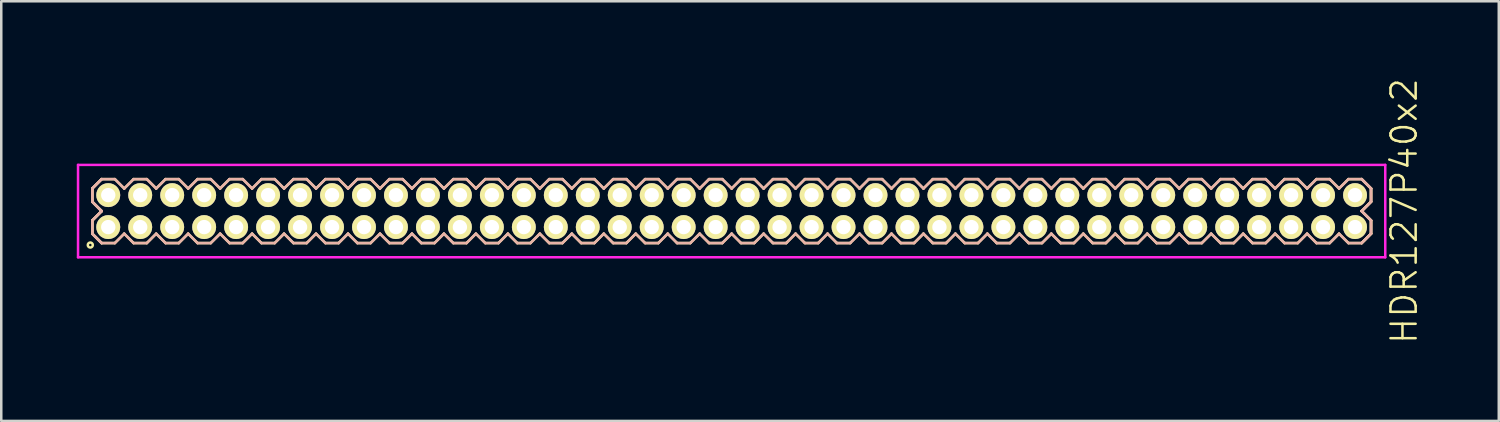
<source format=kicad_pcb>
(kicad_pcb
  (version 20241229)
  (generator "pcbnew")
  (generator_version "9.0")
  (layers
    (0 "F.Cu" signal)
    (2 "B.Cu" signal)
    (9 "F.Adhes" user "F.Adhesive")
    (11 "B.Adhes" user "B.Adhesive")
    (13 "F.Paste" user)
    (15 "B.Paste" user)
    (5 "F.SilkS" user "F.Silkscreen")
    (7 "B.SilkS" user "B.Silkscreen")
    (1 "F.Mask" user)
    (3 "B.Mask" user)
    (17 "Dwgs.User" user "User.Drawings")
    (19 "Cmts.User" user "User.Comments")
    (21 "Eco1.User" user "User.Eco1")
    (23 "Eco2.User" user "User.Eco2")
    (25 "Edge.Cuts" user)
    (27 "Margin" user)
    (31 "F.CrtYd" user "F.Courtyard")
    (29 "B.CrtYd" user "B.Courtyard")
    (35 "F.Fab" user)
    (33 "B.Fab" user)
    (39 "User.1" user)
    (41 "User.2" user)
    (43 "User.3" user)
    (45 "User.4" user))
  (footprint "HDR127P40x2"
    (layer "F.Cu")
    (at 26.015 5.336)
    (property "Reference" "HDR127P40x2" (at 26.715 0 90) (layer "F.SilkS") (effects (font (size 1 1) (thickness 0.1))))
    (attr through_hole)
    (fp_line (start -25.4 -0.898) (end -25.028 -1.27) (stroke (width 0.1) (type solid)) (layer "F.SilkS"))
    (fp_line (start -25.4 -0.898) (end -25.028 -1.27) (stroke (width 0.1) (type solid)) (layer "F.SilkS"))
    (fp_line (start -25.4 -0.372) (end -25.4 -0.898) (stroke (width 0.1) (type solid)) (layer "F.SilkS"))
    (fp_line (start -25.4 -0.372) (end -25.4 -0.898) (stroke (width 0.1) (type solid)) (layer "F.SilkS"))
    (fp_line (start -25.4 0.372) (end -25.028 0) (stroke (width 0.1) (type solid)) (layer "F.SilkS"))
    (fp_line (start -25.4 0.372) (end -25.028 0) (stroke (width 0.1) (type solid)) (layer "F.SilkS"))
    (fp_line (start -25.4 0.898) (end -25.4 0.372) (stroke (width 0.1) (type solid)) (layer "F.SilkS"))
    (fp_line (start -25.4 0.898) (end -25.4 0.372) (stroke (width 0.1) (type solid)) (layer "F.SilkS"))
    (fp_line (start -25.028 -1.27) (end -24.502 -1.27) (stroke (width 0.1) (type solid)) (layer "F.SilkS"))
    (fp_line (start -25.028 0) (end -25.4 -0.372) (stroke (width 0.1) (type solid)) (layer "F.SilkS"))
    (fp_line (start -25.028 0) (end -25.4 -0.372) (stroke (width 0.1) (type solid)) (layer "F.SilkS"))
    (fp_line (start -25.028 1.27) (end -25.4 0.898) (stroke (width 0.1) (type solid)) (layer "F.SilkS"))
    (fp_line (start -25.028 1.27) (end -25.4 0.898) (stroke (width 0.1) (type solid)) (layer "F.SilkS"))
    (fp_line (start -24.502 -1.27) (end -24.13 -0.898) (stroke (width 0.1) (type solid)) (layer "F.SilkS"))
    (fp_line (start -24.502 1.27) (end -25.028 1.27) (stroke (width 0.1) (type solid)) (layer "F.SilkS"))
    (fp_line (start -24.13 -0.898) (end -23.758 -1.27) (stroke (width 0.1) (type solid)) (layer "F.SilkS"))
    (fp_line (start -24.13 0.898) (end -24.502 1.27) (stroke (width 0.1) (type solid)) (layer "F.SilkS"))
    (fp_line (start -23.758 -1.27) (end -23.232 -1.27) (stroke (width 0.1) (type solid)) (layer "F.SilkS"))
    (fp_line (start -23.758 1.27) (end -24.13 0.898) (stroke (width 0.1) (type solid)) (layer "F.SilkS"))
    (fp_line (start -23.232 -1.27) (end -22.86 -0.898) (stroke (width 0.1) (type solid)) (layer "F.SilkS"))
    (fp_line (start -23.232 1.27) (end -23.758 1.27) (stroke (width 0.1) (type solid)) (layer "F.SilkS"))
    (fp_line (start -22.86 -0.898) (end -22.488 -1.27) (stroke (width 0.1) (type solid)) (layer "F.SilkS"))
    (fp_line (start -22.86 0.898) (end -23.232 1.27) (stroke (width 0.1) (type solid)) (layer "F.SilkS"))
    (fp_line (start -22.488 -1.27) (end -21.962 -1.27) (stroke (width 0.1) (type solid)) (layer "F.SilkS"))
    (fp_line (start -22.488 1.27) (end -22.86 0.898) (stroke (width 0.1) (type solid)) (layer "F.SilkS"))
    (fp_line (start -21.962 -1.27) (end -21.59 -0.898) (stroke (width 0.1) (type solid)) (layer "F.SilkS"))
    (fp_line (start -21.962 1.27) (end -22.488 1.27) (stroke (width 0.1) (type solid)) (layer "F.SilkS"))
    (fp_line (start -21.59 -0.898) (end -21.218 -1.27) (stroke (width 0.1) (type solid)) (layer "F.SilkS"))
    (fp_line (start -21.59 0.898) (end -21.962 1.27) (stroke (width 0.1) (type solid)) (layer "F.SilkS"))
    (fp_line (start -21.218 -1.27) (end -20.692 -1.27) (stroke (width 0.1) (type solid)) (layer "F.SilkS"))
    (fp_line (start -21.218 1.27) (end -21.59 0.898) (stroke (width 0.1) (type solid)) (layer "F.SilkS"))
    (fp_line (start -20.692 -1.27) (end -20.32 -0.898) (stroke (width 0.1) (type solid)) (layer "F.SilkS"))
    (fp_line (start -20.692 1.27) (end -21.218 1.27) (stroke (width 0.1) (type solid)) (layer "F.SilkS"))
    (fp_line (start -20.32 -0.898) (end -19.948 -1.27) (stroke (width 0.1) (type solid)) (layer "F.SilkS"))
    (fp_line (start -20.32 0.898) (end -20.692 1.27) (stroke (width 0.1) (type solid)) (layer "F.SilkS"))
    (fp_line (start -19.948 -1.27) (end -19.422 -1.27) (stroke (width 0.1) (type solid)) (layer "F.SilkS"))
    (fp_line (start -19.948 1.27) (end -20.32 0.898) (stroke (width 0.1) (type solid)) (layer "F.SilkS"))
    (fp_line (start -19.422 -1.27) (end -19.05 -0.898) (stroke (width 0.1) (type solid)) (layer "F.SilkS"))
    (fp_line (start -19.422 1.27) (end -19.948 1.27) (stroke (width 0.1) (type solid)) (layer "F.SilkS"))
    (fp_line (start -19.05 -0.898) (end -18.678 -1.27) (stroke (width 0.1) (type solid)) (layer "F.SilkS"))
    (fp_line (start -19.05 0.898) (end -19.422 1.27) (stroke (width 0.1) (type solid)) (layer "F.SilkS"))
    (fp_line (start -18.678 -1.27) (end -18.152 -1.27) (stroke (width 0.1) (type solid)) (layer "F.SilkS"))
    (fp_line (start -18.678 1.27) (end -19.05 0.898) (stroke (width 0.1) (type solid)) (layer "F.SilkS"))
    (fp_line (start -18.152 -1.27) (end -17.78 -0.898) (stroke (width 0.1) (type solid)) (layer "F.SilkS"))
    (fp_line (start -18.152 1.27) (end -18.678 1.27) (stroke (width 0.1) (type solid)) (layer "F.SilkS"))
    (fp_line (start -17.78 -0.898) (end -17.408 -1.27) (stroke (width 0.1) (type solid)) (layer "F.SilkS"))
    (fp_line (start -17.78 0.898) (end -18.152 1.27) (stroke (width 0.1) (type solid)) (layer "F.SilkS"))
    (fp_line (start -17.408 -1.27) (end -16.882 -1.27) (stroke (width 0.1) (type solid)) (layer "F.SilkS"))
    (fp_line (start -17.408 1.27) (end -17.78 0.898) (stroke (width 0.1) (type solid)) (layer "F.SilkS"))
    (fp_line (start -16.882 -1.27) (end -16.51 -0.898) (stroke (width 0.1) (type solid)) (layer "F.SilkS"))
    (fp_line (start -16.882 1.27) (end -17.408 1.27) (stroke (width 0.1) (type solid)) (layer "F.SilkS"))
    (fp_line (start -16.51 -0.898) (end -16.138 -1.27) (stroke (width 0.1) (type solid)) (layer "F.SilkS"))
    (fp_line (start -16.51 0.898) (end -16.882 1.27) (stroke (width 0.1) (type solid)) (layer "F.SilkS"))
    (fp_line (start -16.138 -1.27) (end -15.612 -1.27) (stroke (width 0.1) (type solid)) (layer "F.SilkS"))
    (fp_line (start -16.138 1.27) (end -16.51 0.898) (stroke (width 0.1) (type solid)) (layer "F.SilkS"))
    (fp_line (start -15.612 -1.27) (end -15.24 -0.898) (stroke (width 0.1) (type solid)) (layer "F.SilkS"))
    (fp_line (start -15.612 1.27) (end -16.138 1.27) (stroke (width 0.1) (type solid)) (layer "F.SilkS"))
    (fp_line (start -15.24 -0.898) (end -14.868 -1.27) (stroke (width 0.1) (type solid)) (layer "F.SilkS"))
    (fp_line (start -15.24 0.898) (end -15.612 1.27) (stroke (width 0.1) (type solid)) (layer "F.SilkS"))
    (fp_line (start -14.868 -1.27) (end -14.342 -1.27) (stroke (width 0.1) (type solid)) (layer "F.SilkS"))
    (fp_line (start -14.868 1.27) (end -15.24 0.898) (stroke (width 0.1) (type solid)) (layer "F.SilkS"))
    (fp_line (start -14.342 -1.27) (end -13.97 -0.898) (stroke (width 0.1) (type solid)) (layer "F.SilkS"))
    (fp_line (start -14.342 1.27) (end -14.868 1.27) (stroke (width 0.1) (type solid)) (layer "F.SilkS"))
    (fp_line (start -13.97 -0.898) (end -13.598 -1.27) (stroke (width 0.1) (type solid)) (layer "F.SilkS"))
    (fp_line (start -13.97 0.898) (end -14.342 1.27) (stroke (width 0.1) (type solid)) (layer "F.SilkS"))
    (fp_line (start -13.598 -1.27) (end -13.072 -1.27) (stroke (width 0.1) (type solid)) (layer "F.SilkS"))
    (fp_line (start -13.598 1.27) (end -13.97 0.898) (stroke (width 0.1) (type solid)) (layer "F.SilkS"))
    (fp_line (start -13.072 -1.27) (end -12.7 -0.898) (stroke (width 0.1) (type solid)) (layer "F.SilkS"))
    (fp_line (start -13.072 1.27) (end -13.598 1.27) (stroke (width 0.1) (type solid)) (layer "F.SilkS"))
    (fp_line (start -12.7 -0.898) (end -12.328 -1.27) (stroke (width 0.1) (type solid)) (layer "F.SilkS"))
    (fp_line (start -12.7 0.898) (end -13.072 1.27) (stroke (width 0.1) (type solid)) (layer "F.SilkS"))
    (fp_line (start -12.328 -1.27) (end -11.802 -1.27) (stroke (width 0.1) (type solid)) (layer "F.SilkS"))
    (fp_line (start -12.328 1.27) (end -12.7 0.898) (stroke (width 0.1) (type solid)) (layer "F.SilkS"))
    (fp_line (start -11.802 -1.27) (end -11.43 -0.898) (stroke (width 0.1) (type solid)) (layer "F.SilkS"))
    (fp_line (start -11.802 1.27) (end -12.328 1.27) (stroke (width 0.1) (type solid)) (layer "F.SilkS"))
    (fp_line (start -11.43 -0.898) (end -11.058 -1.27) (stroke (width 0.1) (type solid)) (layer "F.SilkS"))
    (fp_line (start -11.43 0.898) (end -11.802 1.27) (stroke (width 0.1) (type solid)) (layer "F.SilkS"))
    (fp_line (start -11.058 -1.27) (end -10.532 -1.27) (stroke (width 0.1) (type solid)) (layer "F.SilkS"))
    (fp_line (start -11.058 1.27) (end -11.43 0.898) (stroke (width 0.1) (type solid)) (layer "F.SilkS"))
    (fp_line (start -10.532 -1.27) (end -10.16 -0.898) (stroke (width 0.1) (type solid)) (layer "F.SilkS"))
    (fp_line (start -10.532 1.27) (end -11.058 1.27) (stroke (width 0.1) (type solid)) (layer "F.SilkS"))
    (fp_line (start -10.16 -0.898) (end -9.788 -1.27) (stroke (width 0.1) (type solid)) (layer "F.SilkS"))
    (fp_line (start -10.16 0.898) (end -10.532 1.27) (stroke (width 0.1) (type solid)) (layer "F.SilkS"))
    (fp_line (start -9.788 -1.27) (end -9.262 -1.27) (stroke (width 0.1) (type solid)) (layer "F.SilkS"))
    (fp_line (start -9.788 1.27) (end -10.16 0.898) (stroke (width 0.1) (type solid)) (layer "F.SilkS"))
    (fp_line (start -9.262 -1.27) (end -8.89 -0.898) (stroke (width 0.1) (type solid)) (layer "F.SilkS"))
    (fp_line (start -9.262 1.27) (end -9.788 1.27) (stroke (width 0.1) (type solid)) (layer "F.SilkS"))
    (fp_line (start -8.89 -0.898) (end -8.518 -1.27) (stroke (width 0.1) (type solid)) (layer "F.SilkS"))
    (fp_line (start -8.89 0.898) (end -9.262 1.27) (stroke (width 0.1) (type solid)) (layer "F.SilkS"))
    (fp_line (start -8.518 -1.27) (end -7.992 -1.27) (stroke (width 0.1) (type solid)) (layer "F.SilkS"))
    (fp_line (start -8.518 1.27) (end -8.89 0.898) (stroke (width 0.1) (type solid)) (layer "F.SilkS"))
    (fp_line (start -7.992 -1.27) (end -7.62 -0.898) (stroke (width 0.1) (type solid)) (layer "F.SilkS"))
    (fp_line (start -7.992 1.27) (end -8.518 1.27) (stroke (width 0.1) (type solid)) (layer "F.SilkS"))
    (fp_line (start -7.62 -0.898) (end -7.248 -1.27) (stroke (width 0.1) (type solid)) (layer "F.SilkS"))
    (fp_line (start -7.62 0.898) (end -7.992 1.27) (stroke (width 0.1) (type solid)) (layer "F.SilkS"))
    (fp_line (start -7.248 -1.27) (end -6.722 -1.27) (stroke (width 0.1) (type solid)) (layer "F.SilkS"))
    (fp_line (start -7.248 1.27) (end -7.62 0.898) (stroke (width 0.1) (type solid)) (layer "F.SilkS"))
    (fp_line (start -6.722 -1.27) (end -6.35 -0.898) (stroke (width 0.1) (type solid)) (layer "F.SilkS"))
    (fp_line (start -6.722 1.27) (end -7.248 1.27) (stroke (width 0.1) (type solid)) (layer "F.SilkS"))
    (fp_line (start -6.35 -0.898) (end -5.978 -1.27) (stroke (width 0.1) (type solid)) (layer "F.SilkS"))
    (fp_line (start -6.35 0.898) (end -6.722 1.27) (stroke (width 0.1) (type solid)) (layer "F.SilkS"))
    (fp_line (start -5.978 -1.27) (end -5.452 -1.27) (stroke (width 0.1) (type solid)) (layer "F.SilkS"))
    (fp_line (start -5.978 1.27) (end -6.35 0.898) (stroke (width 0.1) (type solid)) (layer "F.SilkS"))
    (fp_line (start -5.452 -1.27) (end -5.08 -0.898) (stroke (width 0.1) (type solid)) (layer "F.SilkS"))
    (fp_line (start -5.452 1.27) (end -5.978 1.27) (stroke (width 0.1) (type solid)) (layer "F.SilkS"))
    (fp_line (start -5.08 -0.898) (end -4.708 -1.27) (stroke (width 0.1) (type solid)) (layer "F.SilkS"))
    (fp_line (start -5.08 0.898) (end -5.452 1.27) (stroke (width 0.1) (type solid)) (layer "F.SilkS"))
    (fp_line (start -4.708 -1.27) (end -4.182 -1.27) (stroke (width 0.1) (type solid)) (layer "F.SilkS"))
    (fp_line (start -4.708 1.27) (end -5.08 0.898) (stroke (width 0.1) (type solid)) (layer "F.SilkS"))
    (fp_line (start -4.182 -1.27) (end -3.81 -0.898) (stroke (width 0.1) (type solid)) (layer "F.SilkS"))
    (fp_line (start -4.182 1.27) (end -4.708 1.27) (stroke (width 0.1) (type solid)) (layer "F.SilkS"))
    (fp_line (start -3.81 -0.898) (end -3.438 -1.27) (stroke (width 0.1) (type solid)) (layer "F.SilkS"))
    (fp_line (start -3.81 0.898) (end -4.182 1.27) (stroke (width 0.1) (type solid)) (layer "F.SilkS"))
    (fp_line (start -3.438 -1.27) (end -2.912 -1.27) (stroke (width 0.1) (type solid)) (layer "F.SilkS"))
    (fp_line (start -3.438 1.27) (end -3.81 0.898) (stroke (width 0.1) (type solid)) (layer "F.SilkS"))
    (fp_line (start -2.912 -1.27) (end -2.54 -0.898) (stroke (width 0.1) (type solid)) (layer "F.SilkS"))
    (fp_line (start -2.912 1.27) (end -3.438 1.27) (stroke (width 0.1) (type solid)) (layer "F.SilkS"))
    (fp_line (start -2.54 -0.898) (end -2.168 -1.27) (stroke (width 0.1) (type solid)) (layer "F.SilkS"))
    (fp_line (start -2.54 0.898) (end -2.912 1.27) (stroke (width 0.1) (type solid)) (layer "F.SilkS"))
    (fp_line (start -2.168 -1.27) (end -1.642 -1.27) (stroke (width 0.1) (type solid)) (layer "F.SilkS"))
    (fp_line (start -2.168 1.27) (end -2.54 0.898) (stroke (width 0.1) (type solid)) (layer "F.SilkS"))
    (fp_line (start -1.642 -1.27) (end -1.27 -0.898) (stroke (width 0.1) (type solid)) (layer "F.SilkS"))
    (fp_line (start -1.642 1.27) (end -2.168 1.27) (stroke (width 0.1) (type solid)) (layer "F.SilkS"))
    (fp_line (start -1.27 -0.898) (end -0.898 -1.27) (stroke (width 0.1) (type solid)) (layer "F.SilkS"))
    (fp_line (start -1.27 0.898) (end -1.642 1.27) (stroke (width 0.1) (type solid)) (layer "F.SilkS"))
    (fp_line (start -0.898 -1.27) (end -0.372 -1.27) (stroke (width 0.1) (type solid)) (layer "F.SilkS"))
    (fp_line (start -0.898 1.27) (end -1.27 0.898) (stroke (width 0.1) (type solid)) (layer "F.SilkS"))
    (fp_line (start -0.372 -1.27) (end 0 -0.898) (stroke (width 0.1) (type solid)) (layer "F.SilkS"))
    (fp_line (start -0.372 1.27) (end -0.898 1.27) (stroke (width 0.1) (type solid)) (layer "F.SilkS"))
    (fp_line (start 0 -0.898) (end 0.372 -1.27) (stroke (width 0.1) (type solid)) (layer "F.SilkS"))
    (fp_line (start 0 0.898) (end -0.372 1.27) (stroke (width 0.1) (type solid)) (layer "F.SilkS"))
    (fp_line (start 0.372 -1.27) (end 0.898 -1.27) (stroke (width 0.1) (type solid)) (layer "F.SilkS"))
    (fp_line (start 0.372 1.27) (end 0 0.898) (stroke (width 0.1) (type solid)) (layer "F.SilkS"))
    (fp_line (start 0.898 -1.27) (end 1.27 -0.898) (stroke (width 0.1) (type solid)) (layer "F.SilkS"))
    (fp_line (start 0.898 1.27) (end 0.372 1.27) (stroke (width 0.1) (type solid)) (layer "F.SilkS"))
    (fp_line (start 1.27 -0.898) (end 1.642 -1.27) (stroke (width 0.1) (type solid)) (layer "F.SilkS"))
    (fp_line (start 1.27 0.898) (end 0.898 1.27) (stroke (width 0.1) (type solid)) (layer "F.SilkS"))
    (fp_line (start 1.642 -1.27) (end 2.168 -1.27) (stroke (width 0.1) (type solid)) (layer "F.SilkS"))
    (fp_line (start 1.642 1.27) (end 1.27 0.898) (stroke (width 0.1) (type solid)) (layer "F.SilkS"))
    (fp_line (start 2.168 -1.27) (end 2.54 -0.898) (stroke (width 0.1) (type solid)) (layer "F.SilkS"))
    (fp_line (start 2.168 1.27) (end 1.642 1.27) (stroke (width 0.1) (type solid)) (layer "F.SilkS"))
    (fp_line (start 2.54 -0.898) (end 2.912 -1.27) (stroke (width 0.1) (type solid)) (layer "F.SilkS"))
    (fp_line (start 2.54 0.898) (end 2.168 1.27) (stroke (width 0.1) (type solid)) (layer "F.SilkS"))
    (fp_line (start 2.912 -1.27) (end 3.438 -1.27) (stroke (width 0.1) (type solid)) (layer "F.SilkS"))
    (fp_line (start 2.912 1.27) (end 2.54 0.898) (stroke (width 0.1) (type solid)) (layer "F.SilkS"))
    (fp_line (start 3.438 -1.27) (end 3.81 -0.898) (stroke (width 0.1) (type solid)) (layer "F.SilkS"))
    (fp_line (start 3.438 1.27) (end 2.912 1.27) (stroke (width 0.1) (type solid)) (layer "F.SilkS"))
    (fp_line (start 3.81 -0.898) (end 4.182 -1.27) (stroke (width 0.1) (type solid)) (layer "F.SilkS"))
    (fp_line (start 3.81 0.898) (end 3.438 1.27) (stroke (width 0.1) (type solid)) (layer "F.SilkS"))
    (fp_line (start 4.182 -1.27) (end 4.708 -1.27) (stroke (width 0.1) (type solid)) (layer "F.SilkS"))
    (fp_line (start 4.182 1.27) (end 3.81 0.898) (stroke (width 0.1) (type solid)) (layer "F.SilkS"))
    (fp_line (start 4.708 -1.27) (end 5.08 -0.898) (stroke (width 0.1) (type solid)) (layer "F.SilkS"))
    (fp_line (start 4.708 1.27) (end 4.182 1.27) (stroke (width 0.1) (type solid)) (layer "F.SilkS"))
    (fp_line (start 5.08 -0.898) (end 5.452 -1.27) (stroke (width 0.1) (type solid)) (layer "F.SilkS"))
    (fp_line (start 5.08 0.898) (end 4.708 1.27) (stroke (width 0.1) (type solid)) (layer "F.SilkS"))
    (fp_line (start 5.452 -1.27) (end 5.978 -1.27) (stroke (width 0.1) (type solid)) (layer "F.SilkS"))
    (fp_line (start 5.452 1.27) (end 5.08 0.898) (stroke (width 0.1) (type solid)) (layer "F.SilkS"))
    (fp_line (start 5.978 -1.27) (end 6.35 -0.898) (stroke (width 0.1) (type solid)) (layer "F.SilkS"))
    (fp_line (start 5.978 1.27) (end 5.452 1.27) (stroke (width 0.1) (type solid)) (layer "F.SilkS"))
    (fp_line (start 6.35 -0.898) (end 6.722 -1.27) (stroke (width 0.1) (type solid)) (layer "F.SilkS"))
    (fp_line (start 6.35 0.898) (end 5.978 1.27) (stroke (width 0.1) (type solid)) (layer "F.SilkS"))
    (fp_line (start 6.722 -1.27) (end 7.248 -1.27) (stroke (width 0.1) (type solid)) (layer "F.SilkS"))
    (fp_line (start 6.722 1.27) (end 6.35 0.898) (stroke (width 0.1) (type solid)) (layer "F.SilkS"))
    (fp_line (start 7.248 -1.27) (end 7.62 -0.898) (stroke (width 0.1) (type solid)) (layer "F.SilkS"))
    (fp_line (start 7.248 1.27) (end 6.722 1.27) (stroke (width 0.1) (type solid)) (layer "F.SilkS"))
    (fp_line (start 7.62 -0.898) (end 7.992 -1.27) (stroke (width 0.1) (type solid)) (layer "F.SilkS"))
    (fp_line (start 7.62 0.898) (end 7.248 1.27) (stroke (width 0.1) (type solid)) (layer "F.SilkS"))
    (fp_line (start 7.992 -1.27) (end 8.518 -1.27) (stroke (width 0.1) (type solid)) (layer "F.SilkS"))
    (fp_line (start 7.992 1.27) (end 7.62 0.898) (stroke (width 0.1) (type solid)) (layer "F.SilkS"))
    (fp_line (start 8.518 -1.27) (end 8.89 -0.898) (stroke (width 0.1) (type solid)) (layer "F.SilkS"))
    (fp_line (start 8.518 1.27) (end 7.992 1.27) (stroke (width 0.1) (type solid)) (layer "F.SilkS"))
    (fp_line (start 8.89 -0.898) (end 9.262 -1.27) (stroke (width 0.1) (type solid)) (layer "F.SilkS"))
    (fp_line (start 8.89 0.898) (end 8.518 1.27) (stroke (width 0.1) (type solid)) (layer "F.SilkS"))
    (fp_line (start 9.262 -1.27) (end 9.788 -1.27) (stroke (width 0.1) (type solid)) (layer "F.SilkS"))
    (fp_line (start 9.262 1.27) (end 8.89 0.898) (stroke (width 0.1) (type solid)) (layer "F.SilkS"))
    (fp_line (start 9.788 -1.27) (end 10.16 -0.898) (stroke (width 0.1) (type solid)) (layer "F.SilkS"))
    (fp_line (start 9.788 1.27) (end 9.262 1.27) (stroke (width 0.1) (type solid)) (layer "F.SilkS"))
    (fp_line (start 10.16 -0.898) (end 10.532 -1.27) (stroke (width 0.1) (type solid)) (layer "F.SilkS"))
    (fp_line (start 10.16 0.898) (end 9.788 1.27) (stroke (width 0.1) (type solid)) (layer "F.SilkS"))
    (fp_line (start 10.532 -1.27) (end 11.058 -1.27) (stroke (width 0.1) (type solid)) (layer "F.SilkS"))
    (fp_line (start 10.532 1.27) (end 10.16 0.898) (stroke (width 0.1) (type solid)) (layer "F.SilkS"))
    (fp_line (start 11.058 -1.27) (end 11.43 -0.898) (stroke (width 0.1) (type solid)) (layer "F.SilkS"))
    (fp_line (start 11.058 1.27) (end 10.532 1.27) (stroke (width 0.1) (type solid)) (layer "F.SilkS"))
    (fp_line (start 11.43 -0.898) (end 11.802 -1.27) (stroke (width 0.1) (type solid)) (layer "F.SilkS"))
    (fp_line (start 11.43 0.898) (end 11.058 1.27) (stroke (width 0.1) (type solid)) (layer "F.SilkS"))
    (fp_line (start 11.802 -1.27) (end 12.328 -1.27) (stroke (width 0.1) (type solid)) (layer "F.SilkS"))
    (fp_line (start 11.802 1.27) (end 11.43 0.898) (stroke (width 0.1) (type solid)) (layer "F.SilkS"))
    (fp_line (start 12.328 -1.27) (end 12.7 -0.898) (stroke (width 0.1) (type solid)) (layer "F.SilkS"))
    (fp_line (start 12.328 1.27) (end 11.802 1.27) (stroke (width 0.1) (type solid)) (layer "F.SilkS"))
    (fp_line (start 12.7 -0.898) (end 13.072 -1.27) (stroke (width 0.1) (type solid)) (layer "F.SilkS"))
    (fp_line (start 12.7 0.898) (end 12.328 1.27) (stroke (width 0.1) (type solid)) (layer "F.SilkS"))
    (fp_line (start 13.072 -1.27) (end 13.598 -1.27) (stroke (width 0.1) (type solid)) (layer "F.SilkS"))
    (fp_line (start 13.072 1.27) (end 12.7 0.898) (stroke (width 0.1) (type solid)) (layer "F.SilkS"))
    (fp_line (start 13.598 -1.27) (end 13.97 -0.898) (stroke (width 0.1) (type solid)) (layer "F.SilkS"))
    (fp_line (start 13.598 1.27) (end 13.072 1.27) (stroke (width 0.1) (type solid)) (layer "F.SilkS"))
    (fp_line (start 13.97 -0.898) (end 14.342 -1.27) (stroke (width 0.1) (type solid)) (layer "F.SilkS"))
    (fp_line (start 13.97 0.898) (end 13.598 1.27) (stroke (width 0.1) (type solid)) (layer "F.SilkS"))
    (fp_line (start 14.342 -1.27) (end 14.868 -1.27) (stroke (width 0.1) (type solid)) (layer "F.SilkS"))
    (fp_line (start 14.342 1.27) (end 13.97 0.898) (stroke (width 0.1) (type solid)) (layer "F.SilkS"))
    (fp_line (start 14.868 -1.27) (end 15.24 -0.898) (stroke (width 0.1) (type solid)) (layer "F.SilkS"))
    (fp_line (start 14.868 1.27) (end 14.342 1.27) (stroke (width 0.1) (type solid)) (layer "F.SilkS"))
    (fp_line (start 15.24 -0.898) (end 15.612 -1.27) (stroke (width 0.1) (type solid)) (layer "F.SilkS"))
    (fp_line (start 15.24 0.898) (end 14.868 1.27) (stroke (width 0.1) (type solid)) (layer "F.SilkS"))
    (fp_line (start 15.612 -1.27) (end 16.138 -1.27) (stroke (width 0.1) (type solid)) (layer "F.SilkS"))
    (fp_line (start 15.612 1.27) (end 15.24 0.898) (stroke (width 0.1) (type solid)) (layer "F.SilkS"))
    (fp_line (start 16.138 -1.27) (end 16.51 -0.898) (stroke (width 0.1) (type solid)) (layer "F.SilkS"))
    (fp_line (start 16.138 1.27) (end 15.612 1.27) (stroke (width 0.1) (type solid)) (layer "F.SilkS"))
    (fp_line (start 16.51 -0.898) (end 16.882 -1.27) (stroke (width 0.1) (type solid)) (layer "F.SilkS"))
    (fp_line (start 16.51 0.898) (end 16.138 1.27) (stroke (width 0.1) (type solid)) (layer "F.SilkS"))
    (fp_line (start 16.882 -1.27) (end 17.408 -1.27) (stroke (width 0.1) (type solid)) (layer "F.SilkS"))
    (fp_line (start 16.882 1.27) (end 16.51 0.898) (stroke (width 0.1) (type solid)) (layer "F.SilkS"))
    (fp_line (start 17.408 -1.27) (end 17.78 -0.898) (stroke (width 0.1) (type solid)) (layer "F.SilkS"))
    (fp_line (start 17.408 1.27) (end 16.882 1.27) (stroke (width 0.1) (type solid)) (layer "F.SilkS"))
    (fp_line (start 17.78 -0.898) (end 18.152 -1.27) (stroke (width 0.1) (type solid)) (layer "F.SilkS"))
    (fp_line (start 17.78 0.898) (end 17.408 1.27) (stroke (width 0.1) (type solid)) (layer "F.SilkS"))
    (fp_line (start 18.152 -1.27) (end 18.678 -1.27) (stroke (width 0.1) (type solid)) (layer "F.SilkS"))
    (fp_line (start 18.152 1.27) (end 17.78 0.898) (stroke (width 0.1) (type solid)) (layer "F.SilkS"))
    (fp_line (start 18.678 -1.27) (end 19.05 -0.898) (stroke (width 0.1) (type solid)) (layer "F.SilkS"))
    (fp_line (start 18.678 1.27) (end 18.152 1.27) (stroke (width 0.1) (type solid)) (layer "F.SilkS"))
    (fp_line (start 19.05 -0.898) (end 19.422 -1.27) (stroke (width 0.1) (type solid)) (layer "F.SilkS"))
    (fp_line (start 19.05 0.898) (end 18.678 1.27) (stroke (width 0.1) (type solid)) (layer "F.SilkS"))
    (fp_line (start 19.422 -1.27) (end 19.948 -1.27) (stroke (width 0.1) (type solid)) (layer "F.SilkS"))
    (fp_line (start 19.422 1.27) (end 19.05 0.898) (stroke (width 0.1) (type solid)) (layer "F.SilkS"))
    (fp_line (start 19.948 -1.27) (end 20.32 -0.898) (stroke (width 0.1) (type solid)) (layer "F.SilkS"))
    (fp_line (start 19.948 1.27) (end 19.422 1.27) (stroke (width 0.1) (type solid)) (layer "F.SilkS"))
    (fp_line (start 20.32 -0.898) (end 20.692 -1.27) (stroke (width 0.1) (type solid)) (layer "F.SilkS"))
    (fp_line (start 20.32 0.898) (end 19.948 1.27) (stroke (width 0.1) (type solid)) (layer "F.SilkS"))
    (fp_line (start 20.692 -1.27) (end 21.218 -1.27) (stroke (width 0.1) (type solid)) (layer "F.SilkS"))
    (fp_line (start 20.692 1.27) (end 20.32 0.898) (stroke (width 0.1) (type solid)) (layer "F.SilkS"))
    (fp_line (start 21.218 -1.27) (end 21.59 -0.898) (stroke (width 0.1) (type solid)) (layer "F.SilkS"))
    (fp_line (start 21.218 1.27) (end 20.692 1.27) (stroke (width 0.1) (type solid)) (layer "F.SilkS"))
    (fp_line (start 21.59 -0.898) (end 21.962 -1.27) (stroke (width 0.1) (type solid)) (layer "F.SilkS"))
    (fp_line (start 21.59 0.898) (end 21.218 1.27) (stroke (width 0.1) (type solid)) (layer "F.SilkS"))
    (fp_line (start 21.962 -1.27) (end 22.488 -1.27) (stroke (width 0.1) (type solid)) (layer "F.SilkS"))
    (fp_line (start 21.962 1.27) (end 21.59 0.898) (stroke (width 0.1) (type solid)) (layer "F.SilkS"))
    (fp_line (start 22.488 -1.27) (end 22.86 -0.898) (stroke (width 0.1) (type solid)) (layer "F.SilkS"))
    (fp_line (start 22.488 1.27) (end 21.962 1.27) (stroke (width 0.1) (type solid)) (layer "F.SilkS"))
    (fp_line (start 22.86 -0.898) (end 23.232 -1.27) (stroke (width 0.1) (type solid)) (layer "F.SilkS"))
    (fp_line (start 22.86 0.898) (end 22.488 1.27) (stroke (width 0.1) (type solid)) (layer "F.SilkS"))
    (fp_line (start 23.232 -1.27) (end 23.758 -1.27) (stroke (width 0.1) (type solid)) (layer "F.SilkS"))
    (fp_line (start 23.232 1.27) (end 22.86 0.898) (stroke (width 0.1) (type solid)) (layer "F.SilkS"))
    (fp_line (start 23.758 -1.27) (end 24.13 -0.898) (stroke (width 0.1) (type solid)) (layer "F.SilkS"))
    (fp_line (start 23.758 1.27) (end 23.232 1.27) (stroke (width 0.1) (type solid)) (layer "F.SilkS"))
    (fp_line (start 24.13 -0.898) (end 24.502 -1.27) (stroke (width 0.1) (type solid)) (layer "F.SilkS"))
    (fp_line (start 24.13 0.898) (end 23.758 1.27) (stroke (width 0.1) (type solid)) (layer "F.SilkS"))
    (fp_line (start 24.502 -1.27) (end 25.028 -1.27) (stroke (width 0.1) (type solid)) (layer "F.SilkS"))
    (fp_line (start 24.502 1.27) (end 24.13 0.898) (stroke (width 0.1) (type solid)) (layer "F.SilkS"))
    (fp_line (start 25.028 -1.27) (end 25.4 -0.898) (stroke (width 0.1) (type solid)) (layer "F.SilkS"))
    (fp_line (start 25.028 -1.27) (end 25.4 -0.898) (stroke (width 0.1) (type solid)) (layer "F.SilkS"))
    (fp_line (start 25.028 0) (end 25.4 0.372) (stroke (width 0.1) (type solid)) (layer "F.SilkS"))
    (fp_line (start 25.028 0) (end 25.4 0.372) (stroke (width 0.1) (type solid)) (layer "F.SilkS"))
    (fp_line (start 25.028 1.27) (end 24.502 1.27) (stroke (width 0.1) (type solid)) (layer "F.SilkS"))
    (fp_line (start 25.4 -0.898) (end 25.4 -0.372) (stroke (width 0.1) (type solid)) (layer "F.SilkS"))
    (fp_line (start 25.4 -0.898) (end 25.4 -0.372) (stroke (width 0.1) (type solid)) (layer "F.SilkS"))
    (fp_line (start 25.4 -0.372) (end 25.028 0) (stroke (width 0.1) (type solid)) (layer "F.SilkS"))
    (fp_line (start 25.4 -0.372) (end 25.028 0) (stroke (width 0.1) (type solid)) (layer "F.SilkS"))
    (fp_line (start 25.4 0.372) (end 25.4 0.898) (stroke (width 0.1) (type solid)) (layer "F.SilkS"))
    (fp_line (start 25.4 0.372) (end 25.4 0.898) (stroke (width 0.1) (type solid)) (layer "F.SilkS"))
    (fp_line (start 25.4 0.898) (end 25.028 1.27) (stroke (width 0.1) (type solid)) (layer "F.SilkS"))
    (fp_line (start 25.4 0.898) (end 25.028 1.27) (stroke (width 0.1) (type solid)) (layer "F.SilkS"))
    (fp_circle (center -25.478 1.348) (end -25.378 1.348) (stroke (width 0.1) (type solid)) (fill no) (layer "F.SilkS"))
    (fp_line (start -25.4 -0.898) (end -25.028 -1.27) (stroke (width 0.1) (type solid)) (layer "B.SilkS"))
    (fp_line (start -25.4 -0.898) (end -25.028 -1.27) (stroke (width 0.1) (type solid)) (layer "B.SilkS"))
    (fp_line (start -25.4 -0.372) (end -25.4 -0.898) (stroke (width 0.1) (type solid)) (layer "B.SilkS"))
    (fp_line (start -25.4 -0.372) (end -25.4 -0.898) (stroke (width 0.1) (type solid)) (layer "B.SilkS"))
    (fp_line (start -25.4 0.372) (end -25.028 0) (stroke (width 0.1) (type solid)) (layer "B.SilkS"))
    (fp_line (start -25.4 0.372) (end -25.028 0) (stroke (width 0.1) (type solid)) (layer "B.SilkS"))
    (fp_line (start -25.4 0.898) (end -25.4 0.372) (stroke (width 0.1) (type solid)) (layer "B.SilkS"))
    (fp_line (start -25.4 0.898) (end -25.4 0.372) (stroke (width 0.1) (type solid)) (layer "B.SilkS"))
    (fp_line (start -25.028 -1.27) (end -24.502 -1.27) (stroke (width 0.1) (type solid)) (layer "B.SilkS"))
    (fp_line (start -25.028 0) (end -25.4 -0.372) (stroke (width 0.1) (type solid)) (layer "B.SilkS"))
    (fp_line (start -25.028 0) (end -25.4 -0.372) (stroke (width 0.1) (type solid)) (layer "B.SilkS"))
    (fp_line (start -25.028 1.27) (end -25.4 0.898) (stroke (width 0.1) (type solid)) (layer "B.SilkS"))
    (fp_line (start -25.028 1.27) (end -25.4 0.898) (stroke (width 0.1) (type solid)) (layer "B.SilkS"))
    (fp_line (start -24.502 -1.27) (end -24.13 -0.898) (stroke (width 0.1) (type solid)) (layer "B.SilkS"))
    (fp_line (start -24.502 1.27) (end -25.028 1.27) (stroke (width 0.1) (type solid)) (layer "B.SilkS"))
    (fp_line (start -24.13 -0.898) (end -23.758 -1.27) (stroke (width 0.1) (type solid)) (layer "B.SilkS"))
    (fp_line (start -24.13 0.898) (end -24.502 1.27) (stroke (width 0.1) (type solid)) (layer "B.SilkS"))
    (fp_line (start -23.758 -1.27) (end -23.232 -1.27) (stroke (width 0.1) (type solid)) (layer "B.SilkS"))
    (fp_line (start -23.758 1.27) (end -24.13 0.898) (stroke (width 0.1) (type solid)) (layer "B.SilkS"))
    (fp_line (start -23.232 -1.27) (end -22.86 -0.898) (stroke (width 0.1) (type solid)) (layer "B.SilkS"))
    (fp_line (start -23.232 1.27) (end -23.758 1.27) (stroke (width 0.1) (type solid)) (layer "B.SilkS"))
    (fp_line (start -22.86 -0.898) (end -22.488 -1.27) (stroke (width 0.1) (type solid)) (layer "B.SilkS"))
    (fp_line (start -22.86 0.898) (end -23.232 1.27) (stroke (width 0.1) (type solid)) (layer "B.SilkS"))
    (fp_line (start -22.488 -1.27) (end -21.962 -1.27) (stroke (width 0.1) (type solid)) (layer "B.SilkS"))
    (fp_line (start -22.488 1.27) (end -22.86 0.898) (stroke (width 0.1) (type solid)) (layer "B.SilkS"))
    (fp_line (start -21.962 -1.27) (end -21.59 -0.898) (stroke (width 0.1) (type solid)) (layer "B.SilkS"))
    (fp_line (start -21.962 1.27) (end -22.488 1.27) (stroke (width 0.1) (type solid)) (layer "B.SilkS"))
    (fp_line (start -21.59 -0.898) (end -21.218 -1.27) (stroke (width 0.1) (type solid)) (layer "B.SilkS"))
    (fp_line (start -21.59 0.898) (end -21.962 1.27) (stroke (width 0.1) (type solid)) (layer "B.SilkS"))
    (fp_line (start -21.218 -1.27) (end -20.692 -1.27) (stroke (width 0.1) (type solid)) (layer "B.SilkS"))
    (fp_line (start -21.218 1.27) (end -21.59 0.898) (stroke (width 0.1) (type solid)) (layer "B.SilkS"))
    (fp_line (start -20.692 -1.27) (end -20.32 -0.898) (stroke (width 0.1) (type solid)) (layer "B.SilkS"))
    (fp_line (start -20.692 1.27) (end -21.218 1.27) (stroke (width 0.1) (type solid)) (layer "B.SilkS"))
    (fp_line (start -20.32 -0.898) (end -19.948 -1.27) (stroke (width 0.1) (type solid)) (layer "B.SilkS"))
    (fp_line (start -20.32 0.898) (end -20.692 1.27) (stroke (width 0.1) (type solid)) (layer "B.SilkS"))
    (fp_line (start -19.948 -1.27) (end -19.422 -1.27) (stroke (width 0.1) (type solid)) (layer "B.SilkS"))
    (fp_line (start -19.948 1.27) (end -20.32 0.898) (stroke (width 0.1) (type solid)) (layer "B.SilkS"))
    (fp_line (start -19.422 -1.27) (end -19.05 -0.898) (stroke (width 0.1) (type solid)) (layer "B.SilkS"))
    (fp_line (start -19.422 1.27) (end -19.948 1.27) (stroke (width 0.1) (type solid)) (layer "B.SilkS"))
    (fp_line (start -19.05 -0.898) (end -18.678 -1.27) (stroke (width 0.1) (type solid)) (layer "B.SilkS"))
    (fp_line (start -19.05 0.898) (end -19.422 1.27) (stroke (width 0.1) (type solid)) (layer "B.SilkS"))
    (fp_line (start -18.678 -1.27) (end -18.152 -1.27) (stroke (width 0.1) (type solid)) (layer "B.SilkS"))
    (fp_line (start -18.678 1.27) (end -19.05 0.898) (stroke (width 0.1) (type solid)) (layer "B.SilkS"))
    (fp_line (start -18.152 -1.27) (end -17.78 -0.898) (stroke (width 0.1) (type solid)) (layer "B.SilkS"))
    (fp_line (start -18.152 1.27) (end -18.678 1.27) (stroke (width 0.1) (type solid)) (layer "B.SilkS"))
    (fp_line (start -17.78 -0.898) (end -17.408 -1.27) (stroke (width 0.1) (type solid)) (layer "B.SilkS"))
    (fp_line (start -17.78 0.898) (end -18.152 1.27) (stroke (width 0.1) (type solid)) (layer "B.SilkS"))
    (fp_line (start -17.408 -1.27) (end -16.882 -1.27) (stroke (width 0.1) (type solid)) (layer "B.SilkS"))
    (fp_line (start -17.408 1.27) (end -17.78 0.898) (stroke (width 0.1) (type solid)) (layer "B.SilkS"))
    (fp_line (start -16.882 -1.27) (end -16.51 -0.898) (stroke (width 0.1) (type solid)) (layer "B.SilkS"))
    (fp_line (start -16.882 1.27) (end -17.408 1.27) (stroke (width 0.1) (type solid)) (layer "B.SilkS"))
    (fp_line (start -16.51 -0.898) (end -16.138 -1.27) (stroke (width 0.1) (type solid)) (layer "B.SilkS"))
    (fp_line (start -16.51 0.898) (end -16.882 1.27) (stroke (width 0.1) (type solid)) (layer "B.SilkS"))
    (fp_line (start -16.138 -1.27) (end -15.612 -1.27) (stroke (width 0.1) (type solid)) (layer "B.SilkS"))
    (fp_line (start -16.138 1.27) (end -16.51 0.898) (stroke (width 0.1) (type solid)) (layer "B.SilkS"))
    (fp_line (start -15.612 -1.27) (end -15.24 -0.898) (stroke (width 0.1) (type solid)) (layer "B.SilkS"))
    (fp_line (start -15.612 1.27) (end -16.138 1.27) (stroke (width 0.1) (type solid)) (layer "B.SilkS"))
    (fp_line (start -15.24 -0.898) (end -14.868 -1.27) (stroke (width 0.1) (type solid)) (layer "B.SilkS"))
    (fp_line (start -15.24 0.898) (end -15.612 1.27) (stroke (width 0.1) (type solid)) (layer "B.SilkS"))
    (fp_line (start -14.868 -1.27) (end -14.342 -1.27) (stroke (width 0.1) (type solid)) (layer "B.SilkS"))
    (fp_line (start -14.868 1.27) (end -15.24 0.898) (stroke (width 0.1) (type solid)) (layer "B.SilkS"))
    (fp_line (start -14.342 -1.27) (end -13.97 -0.898) (stroke (width 0.1) (type solid)) (layer "B.SilkS"))
    (fp_line (start -14.342 1.27) (end -14.868 1.27) (stroke (width 0.1) (type solid)) (layer "B.SilkS"))
    (fp_line (start -13.97 -0.898) (end -13.598 -1.27) (stroke (width 0.1) (type solid)) (layer "B.SilkS"))
    (fp_line (start -13.97 0.898) (end -14.342 1.27) (stroke (width 0.1) (type solid)) (layer "B.SilkS"))
    (fp_line (start -13.598 -1.27) (end -13.072 -1.27) (stroke (width 0.1) (type solid)) (layer "B.SilkS"))
    (fp_line (start -13.598 1.27) (end -13.97 0.898) (stroke (width 0.1) (type solid)) (layer "B.SilkS"))
    (fp_line (start -13.072 -1.27) (end -12.7 -0.898) (stroke (width 0.1) (type solid)) (layer "B.SilkS"))
    (fp_line (start -13.072 1.27) (end -13.598 1.27) (stroke (width 0.1) (type solid)) (layer "B.SilkS"))
    (fp_line (start -12.7 -0.898) (end -12.328 -1.27) (stroke (width 0.1) (type solid)) (layer "B.SilkS"))
    (fp_line (start -12.7 0.898) (end -13.072 1.27) (stroke (width 0.1) (type solid)) (layer "B.SilkS"))
    (fp_line (start -12.328 -1.27) (end -11.802 -1.27) (stroke (width 0.1) (type solid)) (layer "B.SilkS"))
    (fp_line (start -12.328 1.27) (end -12.7 0.898) (stroke (width 0.1) (type solid)) (layer "B.SilkS"))
    (fp_line (start -11.802 -1.27) (end -11.43 -0.898) (stroke (width 0.1) (type solid)) (layer "B.SilkS"))
    (fp_line (start -11.802 1.27) (end -12.328 1.27) (stroke (width 0.1) (type solid)) (layer "B.SilkS"))
    (fp_line (start -11.43 -0.898) (end -11.058 -1.27) (stroke (width 0.1) (type solid)) (layer "B.SilkS"))
    (fp_line (start -11.43 0.898) (end -11.802 1.27) (stroke (width 0.1) (type solid)) (layer "B.SilkS"))
    (fp_line (start -11.058 -1.27) (end -10.532 -1.27) (stroke (width 0.1) (type solid)) (layer "B.SilkS"))
    (fp_line (start -11.058 1.27) (end -11.43 0.898) (stroke (width 0.1) (type solid)) (layer "B.SilkS"))
    (fp_line (start -10.532 -1.27) (end -10.16 -0.898) (stroke (width 0.1) (type solid)) (layer "B.SilkS"))
    (fp_line (start -10.532 1.27) (end -11.058 1.27) (stroke (width 0.1) (type solid)) (layer "B.SilkS"))
    (fp_line (start -10.16 -0.898) (end -9.788 -1.27) (stroke (width 0.1) (type solid)) (layer "B.SilkS"))
    (fp_line (start -10.16 0.898) (end -10.532 1.27) (stroke (width 0.1) (type solid)) (layer "B.SilkS"))
    (fp_line (start -9.788 -1.27) (end -9.262 -1.27) (stroke (width 0.1) (type solid)) (layer "B.SilkS"))
    (fp_line (start -9.788 1.27) (end -10.16 0.898) (stroke (width 0.1) (type solid)) (layer "B.SilkS"))
    (fp_line (start -9.262 -1.27) (end -8.89 -0.898) (stroke (width 0.1) (type solid)) (layer "B.SilkS"))
    (fp_line (start -9.262 1.27) (end -9.788 1.27) (stroke (width 0.1) (type solid)) (layer "B.SilkS"))
    (fp_line (start -8.89 -0.898) (end -8.518 -1.27) (stroke (width 0.1) (type solid)) (layer "B.SilkS"))
    (fp_line (start -8.89 0.898) (end -9.262 1.27) (stroke (width 0.1) (type solid)) (layer "B.SilkS"))
    (fp_line (start -8.518 -1.27) (end -7.992 -1.27) (stroke (width 0.1) (type solid)) (layer "B.SilkS"))
    (fp_line (start -8.518 1.27) (end -8.89 0.898) (stroke (width 0.1) (type solid)) (layer "B.SilkS"))
    (fp_line (start -7.992 -1.27) (end -7.62 -0.898) (stroke (width 0.1) (type solid)) (layer "B.SilkS"))
    (fp_line (start -7.992 1.27) (end -8.518 1.27) (stroke (width 0.1) (type solid)) (layer "B.SilkS"))
    (fp_line (start -7.62 -0.898) (end -7.248 -1.27) (stroke (width 0.1) (type solid)) (layer "B.SilkS"))
    (fp_line (start -7.62 0.898) (end -7.992 1.27) (stroke (width 0.1) (type solid)) (layer "B.SilkS"))
    (fp_line (start -7.248 -1.27) (end -6.722 -1.27) (stroke (width 0.1) (type solid)) (layer "B.SilkS"))
    (fp_line (start -7.248 1.27) (end -7.62 0.898) (stroke (width 0.1) (type solid)) (layer "B.SilkS"))
    (fp_line (start -6.722 -1.27) (end -6.35 -0.898) (stroke (width 0.1) (type solid)) (layer "B.SilkS"))
    (fp_line (start -6.722 1.27) (end -7.248 1.27) (stroke (width 0.1) (type solid)) (layer "B.SilkS"))
    (fp_line (start -6.35 -0.898) (end -5.978 -1.27) (stroke (width 0.1) (type solid)) (layer "B.SilkS"))
    (fp_line (start -6.35 0.898) (end -6.722 1.27) (stroke (width 0.1) (type solid)) (layer "B.SilkS"))
    (fp_line (start -5.978 -1.27) (end -5.452 -1.27) (stroke (width 0.1) (type solid)) (layer "B.SilkS"))
    (fp_line (start -5.978 1.27) (end -6.35 0.898) (stroke (width 0.1) (type solid)) (layer "B.SilkS"))
    (fp_line (start -5.452 -1.27) (end -5.08 -0.898) (stroke (width 0.1) (type solid)) (layer "B.SilkS"))
    (fp_line (start -5.452 1.27) (end -5.978 1.27) (stroke (width 0.1) (type solid)) (layer "B.SilkS"))
    (fp_line (start -5.08 -0.898) (end -4.708 -1.27) (stroke (width 0.1) (type solid)) (layer "B.SilkS"))
    (fp_line (start -5.08 0.898) (end -5.452 1.27) (stroke (width 0.1) (type solid)) (layer "B.SilkS"))
    (fp_line (start -4.708 -1.27) (end -4.182 -1.27) (stroke (width 0.1) (type solid)) (layer "B.SilkS"))
    (fp_line (start -4.708 1.27) (end -5.08 0.898) (stroke (width 0.1) (type solid)) (layer "B.SilkS"))
    (fp_line (start -4.182 -1.27) (end -3.81 -0.898) (stroke (width 0.1) (type solid)) (layer "B.SilkS"))
    (fp_line (start -4.182 1.27) (end -4.708 1.27) (stroke (width 0.1) (type solid)) (layer "B.SilkS"))
    (fp_line (start -3.81 -0.898) (end -3.438 -1.27) (stroke (width 0.1) (type solid)) (layer "B.SilkS"))
    (fp_line (start -3.81 0.898) (end -4.182 1.27) (stroke (width 0.1) (type solid)) (layer "B.SilkS"))
    (fp_line (start -3.438 -1.27) (end -2.912 -1.27) (stroke (width 0.1) (type solid)) (layer "B.SilkS"))
    (fp_line (start -3.438 1.27) (end -3.81 0.898) (stroke (width 0.1) (type solid)) (layer "B.SilkS"))
    (fp_line (start -2.912 -1.27) (end -2.54 -0.898) (stroke (width 0.1) (type solid)) (layer "B.SilkS"))
    (fp_line (start -2.912 1.27) (end -3.438 1.27) (stroke (width 0.1) (type solid)) (layer "B.SilkS"))
    (fp_line (start -2.54 -0.898) (end -2.168 -1.27) (stroke (width 0.1) (type solid)) (layer "B.SilkS"))
    (fp_line (start -2.54 0.898) (end -2.912 1.27) (stroke (width 0.1) (type solid)) (layer "B.SilkS"))
    (fp_line (start -2.168 -1.27) (end -1.642 -1.27) (stroke (width 0.1) (type solid)) (layer "B.SilkS"))
    (fp_line (start -2.168 1.27) (end -2.54 0.898) (stroke (width 0.1) (type solid)) (layer "B.SilkS"))
    (fp_line (start -1.642 -1.27) (end -1.27 -0.898) (stroke (width 0.1) (type solid)) (layer "B.SilkS"))
    (fp_line (start -1.642 1.27) (end -2.168 1.27) (stroke (width 0.1) (type solid)) (layer "B.SilkS"))
    (fp_line (start -1.27 -0.898) (end -0.898 -1.27) (stroke (width 0.1) (type solid)) (layer "B.SilkS"))
    (fp_line (start -1.27 0.898) (end -1.642 1.27) (stroke (width 0.1) (type solid)) (layer "B.SilkS"))
    (fp_line (start -0.898 -1.27) (end -0.372 -1.27) (stroke (width 0.1) (type solid)) (layer "B.SilkS"))
    (fp_line (start -0.898 1.27) (end -1.27 0.898) (stroke (width 0.1) (type solid)) (layer "B.SilkS"))
    (fp_line (start -0.372 -1.27) (end 0 -0.898) (stroke (width 0.1) (type solid)) (layer "B.SilkS"))
    (fp_line (start -0.372 1.27) (end -0.898 1.27) (stroke (width 0.1) (type solid)) (layer "B.SilkS"))
    (fp_line (start 0 -0.898) (end 0.372 -1.27) (stroke (width 0.1) (type solid)) (layer "B.SilkS"))
    (fp_line (start 0 0.898) (end -0.372 1.27) (stroke (width 0.1) (type solid)) (layer "B.SilkS"))
    (fp_line (start 0.372 -1.27) (end 0.898 -1.27) (stroke (width 0.1) (type solid)) (layer "B.SilkS"))
    (fp_line (start 0.372 1.27) (end 0 0.898) (stroke (width 0.1) (type solid)) (layer "B.SilkS"))
    (fp_line (start 0.898 -1.27) (end 1.27 -0.898) (stroke (width 0.1) (type solid)) (layer "B.SilkS"))
    (fp_line (start 0.898 1.27) (end 0.372 1.27) (stroke (width 0.1) (type solid)) (layer "B.SilkS"))
    (fp_line (start 1.27 -0.898) (end 1.642 -1.27) (stroke (width 0.1) (type solid)) (layer "B.SilkS"))
    (fp_line (start 1.27 0.898) (end 0.898 1.27) (stroke (width 0.1) (type solid)) (layer "B.SilkS"))
    (fp_line (start 1.642 -1.27) (end 2.168 -1.27) (stroke (width 0.1) (type solid)) (layer "B.SilkS"))
    (fp_line (start 1.642 1.27) (end 1.27 0.898) (stroke (width 0.1) (type solid)) (layer "B.SilkS"))
    (fp_line (start 2.168 -1.27) (end 2.54 -0.898) (stroke (width 0.1) (type solid)) (layer "B.SilkS"))
    (fp_line (start 2.168 1.27) (end 1.642 1.27) (stroke (width 0.1) (type solid)) (layer "B.SilkS"))
    (fp_line (start 2.54 -0.898) (end 2.912 -1.27) (stroke (width 0.1) (type solid)) (layer "B.SilkS"))
    (fp_line (start 2.54 0.898) (end 2.168 1.27) (stroke (width 0.1) (type solid)) (layer "B.SilkS"))
    (fp_line (start 2.912 -1.27) (end 3.438 -1.27) (stroke (width 0.1) (type solid)) (layer "B.SilkS"))
    (fp_line (start 2.912 1.27) (end 2.54 0.898) (stroke (width 0.1) (type solid)) (layer "B.SilkS"))
    (fp_line (start 3.438 -1.27) (end 3.81 -0.898) (stroke (width 0.1) (type solid)) (layer "B.SilkS"))
    (fp_line (start 3.438 1.27) (end 2.912 1.27) (stroke (width 0.1) (type solid)) (layer "B.SilkS"))
    (fp_line (start 3.81 -0.898) (end 4.182 -1.27) (stroke (width 0.1) (type solid)) (layer "B.SilkS"))
    (fp_line (start 3.81 0.898) (end 3.438 1.27) (stroke (width 0.1) (type solid)) (layer "B.SilkS"))
    (fp_line (start 4.182 -1.27) (end 4.708 -1.27) (stroke (width 0.1) (type solid)) (layer "B.SilkS"))
    (fp_line (start 4.182 1.27) (end 3.81 0.898) (stroke (width 0.1) (type solid)) (layer "B.SilkS"))
    (fp_line (start 4.708 -1.27) (end 5.08 -0.898) (stroke (width 0.1) (type solid)) (layer "B.SilkS"))
    (fp_line (start 4.708 1.27) (end 4.182 1.27) (stroke (width 0.1) (type solid)) (layer "B.SilkS"))
    (fp_line (start 5.08 -0.898) (end 5.452 -1.27) (stroke (width 0.1) (type solid)) (layer "B.SilkS"))
    (fp_line (start 5.08 0.898) (end 4.708 1.27) (stroke (width 0.1) (type solid)) (layer "B.SilkS"))
    (fp_line (start 5.452 -1.27) (end 5.978 -1.27) (stroke (width 0.1) (type solid)) (layer "B.SilkS"))
    (fp_line (start 5.452 1.27) (end 5.08 0.898) (stroke (width 0.1) (type solid)) (layer "B.SilkS"))
    (fp_line (start 5.978 -1.27) (end 6.35 -0.898) (stroke (width 0.1) (type solid)) (layer "B.SilkS"))
    (fp_line (start 5.978 1.27) (end 5.452 1.27) (stroke (width 0.1) (type solid)) (layer "B.SilkS"))
    (fp_line (start 6.35 -0.898) (end 6.722 -1.27) (stroke (width 0.1) (type solid)) (layer "B.SilkS"))
    (fp_line (start 6.35 0.898) (end 5.978 1.27) (stroke (width 0.1) (type solid)) (layer "B.SilkS"))
    (fp_line (start 6.722 -1.27) (end 7.248 -1.27) (stroke (width 0.1) (type solid)) (layer "B.SilkS"))
    (fp_line (start 6.722 1.27) (end 6.35 0.898) (stroke (width 0.1) (type solid)) (layer "B.SilkS"))
    (fp_line (start 7.248 -1.27) (end 7.62 -0.898) (stroke (width 0.1) (type solid)) (layer "B.SilkS"))
    (fp_line (start 7.248 1.27) (end 6.722 1.27) (stroke (width 0.1) (type solid)) (layer "B.SilkS"))
    (fp_line (start 7.62 -0.898) (end 7.992 -1.27) (stroke (width 0.1) (type solid)) (layer "B.SilkS"))
    (fp_line (start 7.62 0.898) (end 7.248 1.27) (stroke (width 0.1) (type solid)) (layer "B.SilkS"))
    (fp_line (start 7.992 -1.27) (end 8.518 -1.27) (stroke (width 0.1) (type solid)) (layer "B.SilkS"))
    (fp_line (start 7.992 1.27) (end 7.62 0.898) (stroke (width 0.1) (type solid)) (layer "B.SilkS"))
    (fp_line (start 8.518 -1.27) (end 8.89 -0.898) (stroke (width 0.1) (type solid)) (layer "B.SilkS"))
    (fp_line (start 8.518 1.27) (end 7.992 1.27) (stroke (width 0.1) (type solid)) (layer "B.SilkS"))
    (fp_line (start 8.89 -0.898) (end 9.262 -1.27) (stroke (width 0.1) (type solid)) (layer "B.SilkS"))
    (fp_line (start 8.89 0.898) (end 8.518 1.27) (stroke (width 0.1) (type solid)) (layer "B.SilkS"))
    (fp_line (start 9.262 -1.27) (end 9.788 -1.27) (stroke (width 0.1) (type solid)) (layer "B.SilkS"))
    (fp_line (start 9.262 1.27) (end 8.89 0.898) (stroke (width 0.1) (type solid)) (layer "B.SilkS"))
    (fp_line (start 9.788 -1.27) (end 10.16 -0.898) (stroke (width 0.1) (type solid)) (layer "B.SilkS"))
    (fp_line (start 9.788 1.27) (end 9.262 1.27) (stroke (width 0.1) (type solid)) (layer "B.SilkS"))
    (fp_line (start 10.16 -0.898) (end 10.532 -1.27) (stroke (width 0.1) (type solid)) (layer "B.SilkS"))
    (fp_line (start 10.16 0.898) (end 9.788 1.27) (stroke (width 0.1) (type solid)) (layer "B.SilkS"))
    (fp_line (start 10.532 -1.27) (end 11.058 -1.27) (stroke (width 0.1) (type solid)) (layer "B.SilkS"))
    (fp_line (start 10.532 1.27) (end 10.16 0.898) (stroke (width 0.1) (type solid)) (layer "B.SilkS"))
    (fp_line (start 11.058 -1.27) (end 11.43 -0.898) (stroke (width 0.1) (type solid)) (layer "B.SilkS"))
    (fp_line (start 11.058 1.27) (end 10.532 1.27) (stroke (width 0.1) (type solid)) (layer "B.SilkS"))
    (fp_line (start 11.43 -0.898) (end 11.802 -1.27) (stroke (width 0.1) (type solid)) (layer "B.SilkS"))
    (fp_line (start 11.43 0.898) (end 11.058 1.27) (stroke (width 0.1) (type solid)) (layer "B.SilkS"))
    (fp_line (start 11.802 -1.27) (end 12.328 -1.27) (stroke (width 0.1) (type solid)) (layer "B.SilkS"))
    (fp_line (start 11.802 1.27) (end 11.43 0.898) (stroke (width 0.1) (type solid)) (layer "B.SilkS"))
    (fp_line (start 12.328 -1.27) (end 12.7 -0.898) (stroke (width 0.1) (type solid)) (layer "B.SilkS"))
    (fp_line (start 12.328 1.27) (end 11.802 1.27) (stroke (width 0.1) (type solid)) (layer "B.SilkS"))
    (fp_line (start 12.7 -0.898) (end 13.072 -1.27) (stroke (width 0.1) (type solid)) (layer "B.SilkS"))
    (fp_line (start 12.7 0.898) (end 12.328 1.27) (stroke (width 0.1) (type solid)) (layer "B.SilkS"))
    (fp_line (start 13.072 -1.27) (end 13.598 -1.27) (stroke (width 0.1) (type solid)) (layer "B.SilkS"))
    (fp_line (start 13.072 1.27) (end 12.7 0.898) (stroke (width 0.1) (type solid)) (layer "B.SilkS"))
    (fp_line (start 13.598 -1.27) (end 13.97 -0.898) (stroke (width 0.1) (type solid)) (layer "B.SilkS"))
    (fp_line (start 13.598 1.27) (end 13.072 1.27) (stroke (width 0.1) (type solid)) (layer "B.SilkS"))
    (fp_line (start 13.97 -0.898) (end 14.342 -1.27) (stroke (width 0.1) (type solid)) (layer "B.SilkS"))
    (fp_line (start 13.97 0.898) (end 13.598 1.27) (stroke (width 0.1) (type solid)) (layer "B.SilkS"))
    (fp_line (start 14.342 -1.27) (end 14.868 -1.27) (stroke (width 0.1) (type solid)) (layer "B.SilkS"))
    (fp_line (start 14.342 1.27) (end 13.97 0.898) (stroke (width 0.1) (type solid)) (layer "B.SilkS"))
    (fp_line (start 14.868 -1.27) (end 15.24 -0.898) (stroke (width 0.1) (type solid)) (layer "B.SilkS"))
    (fp_line (start 14.868 1.27) (end 14.342 1.27) (stroke (width 0.1) (type solid)) (layer "B.SilkS"))
    (fp_line (start 15.24 -0.898) (end 15.612 -1.27) (stroke (width 0.1) (type solid)) (layer "B.SilkS"))
    (fp_line (start 15.24 0.898) (end 14.868 1.27) (stroke (width 0.1) (type solid)) (layer "B.SilkS"))
    (fp_line (start 15.612 -1.27) (end 16.138 -1.27) (stroke (width 0.1) (type solid)) (layer "B.SilkS"))
    (fp_line (start 15.612 1.27) (end 15.24 0.898) (stroke (width 0.1) (type solid)) (layer "B.SilkS"))
    (fp_line (start 16.138 -1.27) (end 16.51 -0.898) (stroke (width 0.1) (type solid)) (layer "B.SilkS"))
    (fp_line (start 16.138 1.27) (end 15.612 1.27) (stroke (width 0.1) (type solid)) (layer "B.SilkS"))
    (fp_line (start 16.51 -0.898) (end 16.882 -1.27) (stroke (width 0.1) (type solid)) (layer "B.SilkS"))
    (fp_line (start 16.51 0.898) (end 16.138 1.27) (stroke (width 0.1) (type solid)) (layer "B.SilkS"))
    (fp_line (start 16.882 -1.27) (end 17.408 -1.27) (stroke (width 0.1) (type solid)) (layer "B.SilkS"))
    (fp_line (start 16.882 1.27) (end 16.51 0.898) (stroke (width 0.1) (type solid)) (layer "B.SilkS"))
    (fp_line (start 17.408 -1.27) (end 17.78 -0.898) (stroke (width 0.1) (type solid)) (layer "B.SilkS"))
    (fp_line (start 17.408 1.27) (end 16.882 1.27) (stroke (width 0.1) (type solid)) (layer "B.SilkS"))
    (fp_line (start 17.78 -0.898) (end 18.152 -1.27) (stroke (width 0.1) (type solid)) (layer "B.SilkS"))
    (fp_line (start 17.78 0.898) (end 17.408 1.27) (stroke (width 0.1) (type solid)) (layer "B.SilkS"))
    (fp_line (start 18.152 -1.27) (end 18.678 -1.27) (stroke (width 0.1) (type solid)) (layer "B.SilkS"))
    (fp_line (start 18.152 1.27) (end 17.78 0.898) (stroke (width 0.1) (type solid)) (layer "B.SilkS"))
    (fp_line (start 18.678 -1.27) (end 19.05 -0.898) (stroke (width 0.1) (type solid)) (layer "B.SilkS"))
    (fp_line (start 18.678 1.27) (end 18.152 1.27) (stroke (width 0.1) (type solid)) (layer "B.SilkS"))
    (fp_line (start 19.05 -0.898) (end 19.422 -1.27) (stroke (width 0.1) (type solid)) (layer "B.SilkS"))
    (fp_line (start 19.05 0.898) (end 18.678 1.27) (stroke (width 0.1) (type solid)) (layer "B.SilkS"))
    (fp_line (start 19.422 -1.27) (end 19.948 -1.27) (stroke (width 0.1) (type solid)) (layer "B.SilkS"))
    (fp_line (start 19.422 1.27) (end 19.05 0.898) (stroke (width 0.1) (type solid)) (layer "B.SilkS"))
    (fp_line (start 19.948 -1.27) (end 20.32 -0.898) (stroke (width 0.1) (type solid)) (layer "B.SilkS"))
    (fp_line (start 19.948 1.27) (end 19.422 1.27) (stroke (width 0.1) (type solid)) (layer "B.SilkS"))
    (fp_line (start 20.32 -0.898) (end 20.692 -1.27) (stroke (width 0.1) (type solid)) (layer "B.SilkS"))
    (fp_line (start 20.32 0.898) (end 19.948 1.27) (stroke (width 0.1) (type solid)) (layer "B.SilkS"))
    (fp_line (start 20.692 -1.27) (end 21.218 -1.27) (stroke (width 0.1) (type solid)) (layer "B.SilkS"))
    (fp_line (start 20.692 1.27) (end 20.32 0.898) (stroke (width 0.1) (type solid)) (layer "B.SilkS"))
    (fp_line (start 21.218 -1.27) (end 21.59 -0.898) (stroke (width 0.1) (type solid)) (layer "B.SilkS"))
    (fp_line (start 21.218 1.27) (end 20.692 1.27) (stroke (width 0.1) (type solid)) (layer "B.SilkS"))
    (fp_line (start 21.59 -0.898) (end 21.962 -1.27) (stroke (width 0.1) (type solid)) (layer "B.SilkS"))
    (fp_line (start 21.59 0.898) (end 21.218 1.27) (stroke (width 0.1) (type solid)) (layer "B.SilkS"))
    (fp_line (start 21.962 -1.27) (end 22.488 -1.27) (stroke (width 0.1) (type solid)) (layer "B.SilkS"))
    (fp_line (start 21.962 1.27) (end 21.59 0.898) (stroke (width 0.1) (type solid)) (layer "B.SilkS"))
    (fp_line (start 22.488 -1.27) (end 22.86 -0.898) (stroke (width 0.1) (type solid)) (layer "B.SilkS"))
    (fp_line (start 22.488 1.27) (end 21.962 1.27) (stroke (width 0.1) (type solid)) (layer "B.SilkS"))
    (fp_line (start 22.86 -0.898) (end 23.232 -1.27) (stroke (width 0.1) (type solid)) (layer "B.SilkS"))
    (fp_line (start 22.86 0.898) (end 22.488 1.27) (stroke (width 0.1) (type solid)) (layer "B.SilkS"))
    (fp_line (start 23.232 -1.27) (end 23.758 -1.27) (stroke (width 0.1) (type solid)) (layer "B.SilkS"))
    (fp_line (start 23.232 1.27) (end 22.86 0.898) (stroke (width 0.1) (type solid)) (layer "B.SilkS"))
    (fp_line (start 23.758 -1.27) (end 24.13 -0.898) (stroke (width 0.1) (type solid)) (layer "B.SilkS"))
    (fp_line (start 23.758 1.27) (end 23.232 1.27) (stroke (width 0.1) (type solid)) (layer "B.SilkS"))
    (fp_line (start 24.13 -0.898) (end 24.502 -1.27) (stroke (width 0.1) (type solid)) (layer "B.SilkS"))
    (fp_line (start 24.13 0.898) (end 23.758 1.27) (stroke (width 0.1) (type solid)) (layer "B.SilkS"))
    (fp_line (start 24.502 -1.27) (end 25.028 -1.27) (stroke (width 0.1) (type solid)) (layer "B.SilkS"))
    (fp_line (start 24.502 1.27) (end 24.13 0.898) (stroke (width 0.1) (type solid)) (layer "B.SilkS"))
    (fp_line (start 25.028 -1.27) (end 25.4 -0.898) (stroke (width 0.1) (type solid)) (layer "B.SilkS"))
    (fp_line (start 25.028 -1.27) (end 25.4 -0.898) (stroke (width 0.1) (type solid)) (layer "B.SilkS"))
    (fp_line (start 25.028 0) (end 25.4 0.372) (stroke (width 0.1) (type solid)) (layer "B.SilkS"))
    (fp_line (start 25.028 0) (end 25.4 0.372) (stroke (width 0.1) (type solid)) (layer "B.SilkS"))
    (fp_line (start 25.028 1.27) (end 24.502 1.27) (stroke (width 0.1) (type solid)) (layer "B.SilkS"))
    (fp_line (start 25.4 -0.898) (end 25.4 -0.372) (stroke (width 0.1) (type solid)) (layer "B.SilkS"))
    (fp_line (start 25.4 -0.898) (end 25.4 -0.372) (stroke (width 0.1) (type solid)) (layer "B.SilkS"))
    (fp_line (start 25.4 -0.372) (end 25.028 0) (stroke (width 0.1) (type solid)) (layer "B.SilkS"))
    (fp_line (start 25.4 -0.372) (end 25.028 0) (stroke (width 0.1) (type solid)) (layer "B.SilkS"))
    (fp_line (start 25.4 0.372) (end 25.4 0.898) (stroke (width 0.1) (type solid)) (layer "B.SilkS"))
    (fp_line (start 25.4 0.372) (end 25.4 0.898) (stroke (width 0.1) (type solid)) (layer "B.SilkS"))
    (fp_line (start 25.4 0.898) (end 25.028 1.27) (stroke (width 0.1) (type solid)) (layer "B.SilkS"))
    (fp_line (start 25.4 0.898) (end 25.028 1.27) (stroke (width 0.1) (type solid)) (layer "B.SilkS"))
    (fp_line (start -25.965 -1.835) (end -25.965 1.835) (stroke (width 0.1) (type solid)) (layer "F.CrtYd"))
    (fp_line (start -25.965 1.835) (end 25.965 1.835) (stroke (width 0.1) (type solid)) (layer "F.CrtYd"))
    (fp_line (start 25.965 -1.835) (end -25.965 -1.835) (stroke (width 0.1) (type solid)) (layer "F.CrtYd"))
    (fp_line (start 25.965 1.835) (end 25.965 -1.835) (stroke (width 0.1) (type solid)) (layer "F.CrtYd"))
    (pad "1" thru_hole oval (at -24.765 0.635) (size 0.95 0.95) (drill 0.57) (layers "*.Cu" "*.Mask" "F.SilkS"))
    (pad "2" thru_hole oval (at -24.765 -0.635) (size 0.95 0.95) (drill 0.57) (layers "*.Cu" "*.Mask" "F.SilkS"))
    (pad "3" thru_hole oval (at -23.495 0.635) (size 0.95 0.95) (drill 0.57) (layers "*.Cu" "*.Mask" "F.SilkS"))
    (pad "4" thru_hole oval (at -23.495 -0.635) (size 0.95 0.95) (drill 0.57) (layers "*.Cu" "*.Mask" "F.SilkS"))
    (pad "5" thru_hole oval (at -22.225 0.635) (size 0.95 0.95) (drill 0.57) (layers "*.Cu" "*.Mask" "F.SilkS"))
    (pad "6" thru_hole oval (at -22.225 -0.635) (size 0.95 0.95) (drill 0.57) (layers "*.Cu" "*.Mask" "F.SilkS"))
    (pad "7" thru_hole oval (at -20.955 0.635) (size 0.95 0.95) (drill 0.57) (layers "*.Cu" "*.Mask" "F.SilkS"))
    (pad "8" thru_hole oval (at -20.955 -0.635) (size 0.95 0.95) (drill 0.57) (layers "*.Cu" "*.Mask" "F.SilkS"))
    (pad "9" thru_hole oval (at -19.685 0.635) (size 0.95 0.95) (drill 0.57) (layers "*.Cu" "*.Mask" "F.SilkS"))
    (pad "10" thru_hole oval (at -19.685 -0.635) (size 0.95 0.95) (drill 0.57) (layers "*.Cu" "*.Mask" "F.SilkS"))
    (pad "11" thru_hole oval (at -18.415 0.635) (size 0.95 0.95) (drill 0.57) (layers "*.Cu" "*.Mask" "F.SilkS"))
    (pad "12" thru_hole oval (at -18.415 -0.635) (size 0.95 0.95) (drill 0.57) (layers "*.Cu" "*.Mask" "F.SilkS"))
    (pad "13" thru_hole oval (at -17.145 0.635) (size 0.95 0.95) (drill 0.57) (layers "*.Cu" "*.Mask" "F.SilkS"))
    (pad "14" thru_hole oval (at -17.145 -0.635) (size 0.95 0.95) (drill 0.57) (layers "*.Cu" "*.Mask" "F.SilkS"))
    (pad "15" thru_hole oval (at -15.875 0.635) (size 0.95 0.95) (drill 0.57) (layers "*.Cu" "*.Mask" "F.SilkS"))
    (pad "16" thru_hole oval (at -15.875 -0.635) (size 0.95 0.95) (drill 0.57) (layers "*.Cu" "*.Mask" "F.SilkS"))
    (pad "17" thru_hole oval (at -14.605 0.635) (size 0.95 0.95) (drill 0.57) (layers "*.Cu" "*.Mask" "F.SilkS"))
    (pad "18" thru_hole oval (at -14.605 -0.635) (size 0.95 0.95) (drill 0.57) (layers "*.Cu" "*.Mask" "F.SilkS"))
    (pad "19" thru_hole oval (at -13.335 0.635) (size 0.95 0.95) (drill 0.57) (layers "*.Cu" "*.Mask" "F.SilkS"))
    (pad "20" thru_hole oval (at -13.335 -0.635) (size 0.95 0.95) (drill 0.57) (layers "*.Cu" "*.Mask" "F.SilkS"))
    (pad "21" thru_hole oval (at -12.065 0.635) (size 0.95 0.95) (drill 0.57) (layers "*.Cu" "*.Mask" "F.SilkS"))
    (pad "22" thru_hole oval (at -12.065 -0.635) (size 0.95 0.95) (drill 0.57) (layers "*.Cu" "*.Mask" "F.SilkS"))
    (pad "23" thru_hole oval (at -10.795 0.635) (size 0.95 0.95) (drill 0.57) (layers "*.Cu" "*.Mask" "F.SilkS"))
    (pad "24" thru_hole oval (at -10.795 -0.635) (size 0.95 0.95) (drill 0.57) (layers "*.Cu" "*.Mask" "F.SilkS"))
    (pad "25" thru_hole oval (at -9.525 0.635) (size 0.95 0.95) (drill 0.57) (layers "*.Cu" "*.Mask" "F.SilkS"))
    (pad "26" thru_hole oval (at -9.525 -0.635) (size 0.95 0.95) (drill 0.57) (layers "*.Cu" "*.Mask" "F.SilkS"))
    (pad "27" thru_hole oval (at -8.255 0.635) (size 0.95 0.95) (drill 0.57) (layers "*.Cu" "*.Mask" "F.SilkS"))
    (pad "28" thru_hole oval (at -8.255 -0.635) (size 0.95 0.95) (drill 0.57) (layers "*.Cu" "*.Mask" "F.SilkS"))
    (pad "29" thru_hole oval (at -6.985 0.635) (size 0.95 0.95) (drill 0.57) (layers "*.Cu" "*.Mask" "F.SilkS"))
    (pad "30" thru_hole oval (at -6.985 -0.635) (size 0.95 0.95) (drill 0.57) (layers "*.Cu" "*.Mask" "F.SilkS"))
    (pad "31" thru_hole oval (at -5.715 0.635) (size 0.95 0.95) (drill 0.57) (layers "*.Cu" "*.Mask" "F.SilkS"))
    (pad "32" thru_hole oval (at -5.715 -0.635) (size 0.95 0.95) (drill 0.57) (layers "*.Cu" "*.Mask" "F.SilkS"))
    (pad "33" thru_hole oval (at -4.445 0.635) (size 0.95 0.95) (drill 0.57) (layers "*.Cu" "*.Mask" "F.SilkS"))
    (pad "34" thru_hole oval (at -4.445 -0.635) (size 0.95 0.95) (drill 0.57) (layers "*.Cu" "*.Mask" "F.SilkS"))
    (pad "35" thru_hole oval (at -3.175 0.635) (size 0.95 0.95) (drill 0.57) (layers "*.Cu" "*.Mask" "F.SilkS"))
    (pad "36" thru_hole oval (at -3.175 -0.635) (size 0.95 0.95) (drill 0.57) (layers "*.Cu" "*.Mask" "F.SilkS"))
    (pad "37" thru_hole oval (at -1.905 0.635) (size 0.95 0.95) (drill 0.57) (layers "*.Cu" "*.Mask" "F.SilkS"))
    (pad "38" thru_hole oval (at -1.905 -0.635) (size 0.95 0.95) (drill 0.57) (layers "*.Cu" "*.Mask" "F.SilkS"))
    (pad "39" thru_hole oval (at -0.635 0.635) (size 0.95 0.95) (drill 0.57) (layers "*.Cu" "*.Mask" "F.SilkS"))
    (pad "40" thru_hole oval (at -0.635 -0.635) (size 0.95 0.95) (drill 0.57) (layers "*.Cu" "*.Mask" "F.SilkS"))
    (pad "41" thru_hole oval (at 0.635 0.635) (size 0.95 0.95) (drill 0.57) (layers "*.Cu" "*.Mask" "F.SilkS"))
    (pad "42" thru_hole oval (at 0.635 -0.635) (size 0.95 0.95) (drill 0.57) (layers "*.Cu" "*.Mask" "F.SilkS"))
    (pad "43" thru_hole oval (at 1.905 0.635) (size 0.95 0.95) (drill 0.57) (layers "*.Cu" "*.Mask" "F.SilkS"))
    (pad "44" thru_hole oval (at 1.905 -0.635) (size 0.95 0.95) (drill 0.57) (layers "*.Cu" "*.Mask" "F.SilkS"))
    (pad "45" thru_hole oval (at 3.175 0.635) (size 0.95 0.95) (drill 0.57) (layers "*.Cu" "*.Mask" "F.SilkS"))
    (pad "46" thru_hole oval (at 3.175 -0.635) (size 0.95 0.95) (drill 0.57) (layers "*.Cu" "*.Mask" "F.SilkS"))
    (pad "47" thru_hole oval (at 4.445 0.635) (size 0.95 0.95) (drill 0.57) (layers "*.Cu" "*.Mask" "F.SilkS"))
    (pad "48" thru_hole oval (at 4.445 -0.635) (size 0.95 0.95) (drill 0.57) (layers "*.Cu" "*.Mask" "F.SilkS"))
    (pad "49" thru_hole oval (at 5.715 0.635) (size 0.95 0.95) (drill 0.57) (layers "*.Cu" "*.Mask" "F.SilkS"))
    (pad "50" thru_hole oval (at 5.715 -0.635) (size 0.95 0.95) (drill 0.57) (layers "*.Cu" "*.Mask" "F.SilkS"))
    (pad "51" thru_hole oval (at 6.985 0.635) (size 0.95 0.95) (drill 0.57) (layers "*.Cu" "*.Mask" "F.SilkS"))
    (pad "52" thru_hole oval (at 6.985 -0.635) (size 0.95 0.95) (drill 0.57) (layers "*.Cu" "*.Mask" "F.SilkS"))
    (pad "53" thru_hole oval (at 8.255 0.635) (size 0.95 0.95) (drill 0.57) (layers "*.Cu" "*.Mask" "F.SilkS"))
    (pad "54" thru_hole oval (at 8.255 -0.635) (size 0.95 0.95) (drill 0.57) (layers "*.Cu" "*.Mask" "F.SilkS"))
    (pad "55" thru_hole oval (at 9.525 0.635) (size 0.95 0.95) (drill 0.57) (layers "*.Cu" "*.Mask" "F.SilkS"))
    (pad "56" thru_hole oval (at 9.525 -0.635) (size 0.95 0.95) (drill 0.57) (layers "*.Cu" "*.Mask" "F.SilkS"))
    (pad "57" thru_hole oval (at 10.795 0.635) (size 0.95 0.95) (drill 0.57) (layers "*.Cu" "*.Mask" "F.SilkS"))
    (pad "58" thru_hole oval (at 10.795 -0.635) (size 0.95 0.95) (drill 0.57) (layers "*.Cu" "*.Mask" "F.SilkS"))
    (pad "59" thru_hole oval (at 12.065 0.635) (size 0.95 0.95) (drill 0.57) (layers "*.Cu" "*.Mask" "F.SilkS"))
    (pad "60" thru_hole oval (at 12.065 -0.635) (size 0.95 0.95) (drill 0.57) (layers "*.Cu" "*.Mask" "F.SilkS"))
    (pad "61" thru_hole oval (at 13.335 0.635) (size 0.95 0.95) (drill 0.57) (layers "*.Cu" "*.Mask" "F.SilkS"))
    (pad "62" thru_hole oval (at 13.335 -0.635) (size 0.95 0.95) (drill 0.57) (layers "*.Cu" "*.Mask" "F.SilkS"))
    (pad "63" thru_hole oval (at 14.605 0.635) (size 0.95 0.95) (drill 0.57) (layers "*.Cu" "*.Mask" "F.SilkS"))
    (pad "64" thru_hole oval (at 14.605 -0.635) (size 0.95 0.95) (drill 0.57) (layers "*.Cu" "*.Mask" "F.SilkS"))
    (pad "65" thru_hole oval (at 15.875 0.635) (size 0.95 0.95) (drill 0.57) (layers "*.Cu" "*.Mask" "F.SilkS"))
    (pad "66" thru_hole oval (at 15.875 -0.635) (size 0.95 0.95) (drill 0.57) (layers "*.Cu" "*.Mask" "F.SilkS"))
    (pad "67" thru_hole oval (at 17.145 0.635) (size 0.95 0.95) (drill 0.57) (layers "*.Cu" "*.Mask" "F.SilkS"))
    (pad "68" thru_hole oval (at 17.145 -0.635) (size 0.95 0.95) (drill 0.57) (layers "*.Cu" "*.Mask" "F.SilkS"))
    (pad "69" thru_hole oval (at 18.415 0.635) (size 0.95 0.95) (drill 0.57) (layers "*.Cu" "*.Mask" "F.SilkS"))
    (pad "70" thru_hole oval (at 18.415 -0.635) (size 0.95 0.95) (drill 0.57) (layers "*.Cu" "*.Mask" "F.SilkS"))
    (pad "71" thru_hole oval (at 19.685 0.635) (size 0.95 0.95) (drill 0.57) (layers "*.Cu" "*.Mask" "F.SilkS"))
    (pad "72" thru_hole oval (at 19.685 -0.635) (size 0.95 0.95) (drill 0.57) (layers "*.Cu" "*.Mask" "F.SilkS"))
    (pad "73" thru_hole oval (at 20.955 0.635) (size 0.95 0.95) (drill 0.57) (layers "*.Cu" "*.Mask" "F.SilkS"))
    (pad "74" thru_hole oval (at 20.955 -0.635) (size 0.95 0.95) (drill 0.57) (layers "*.Cu" "*.Mask" "F.SilkS"))
    (pad "75" thru_hole oval (at 22.225 0.635) (size 0.95 0.95) (drill 0.57) (layers "*.Cu" "*.Mask" "F.SilkS"))
    (pad "76" thru_hole oval (at 22.225 -0.635) (size 0.95 0.95) (drill 0.57) (layers "*.Cu" "*.Mask" "F.SilkS"))
    (pad "77" thru_hole oval (at 23.495 0.635) (size 0.95 0.95) (drill 0.57) (layers "*.Cu" "*.Mask" "F.SilkS"))
    (pad "78" thru_hole oval (at 23.495 -0.635) (size 0.95 0.95) (drill 0.57) (layers "*.Cu" "*.Mask" "F.SilkS"))
    (pad "79" thru_hole oval (at 24.765 0.635) (size 0.95 0.95) (drill 0.57) (layers "*.Cu" "*.Mask" "F.SilkS"))
    (pad "80" thru_hole oval (at 24.765 -0.635) (size 0.95 0.95) (drill 0.57) (layers "*.Cu" "*.Mask" "F.SilkS")))
  (gr_rect
    (start -3 -3)
    (end 56.49 13.671)
    (stroke (width 0.1) (type default))
    (fill no)
    (layer "Edge.Cuts")))
</source>
